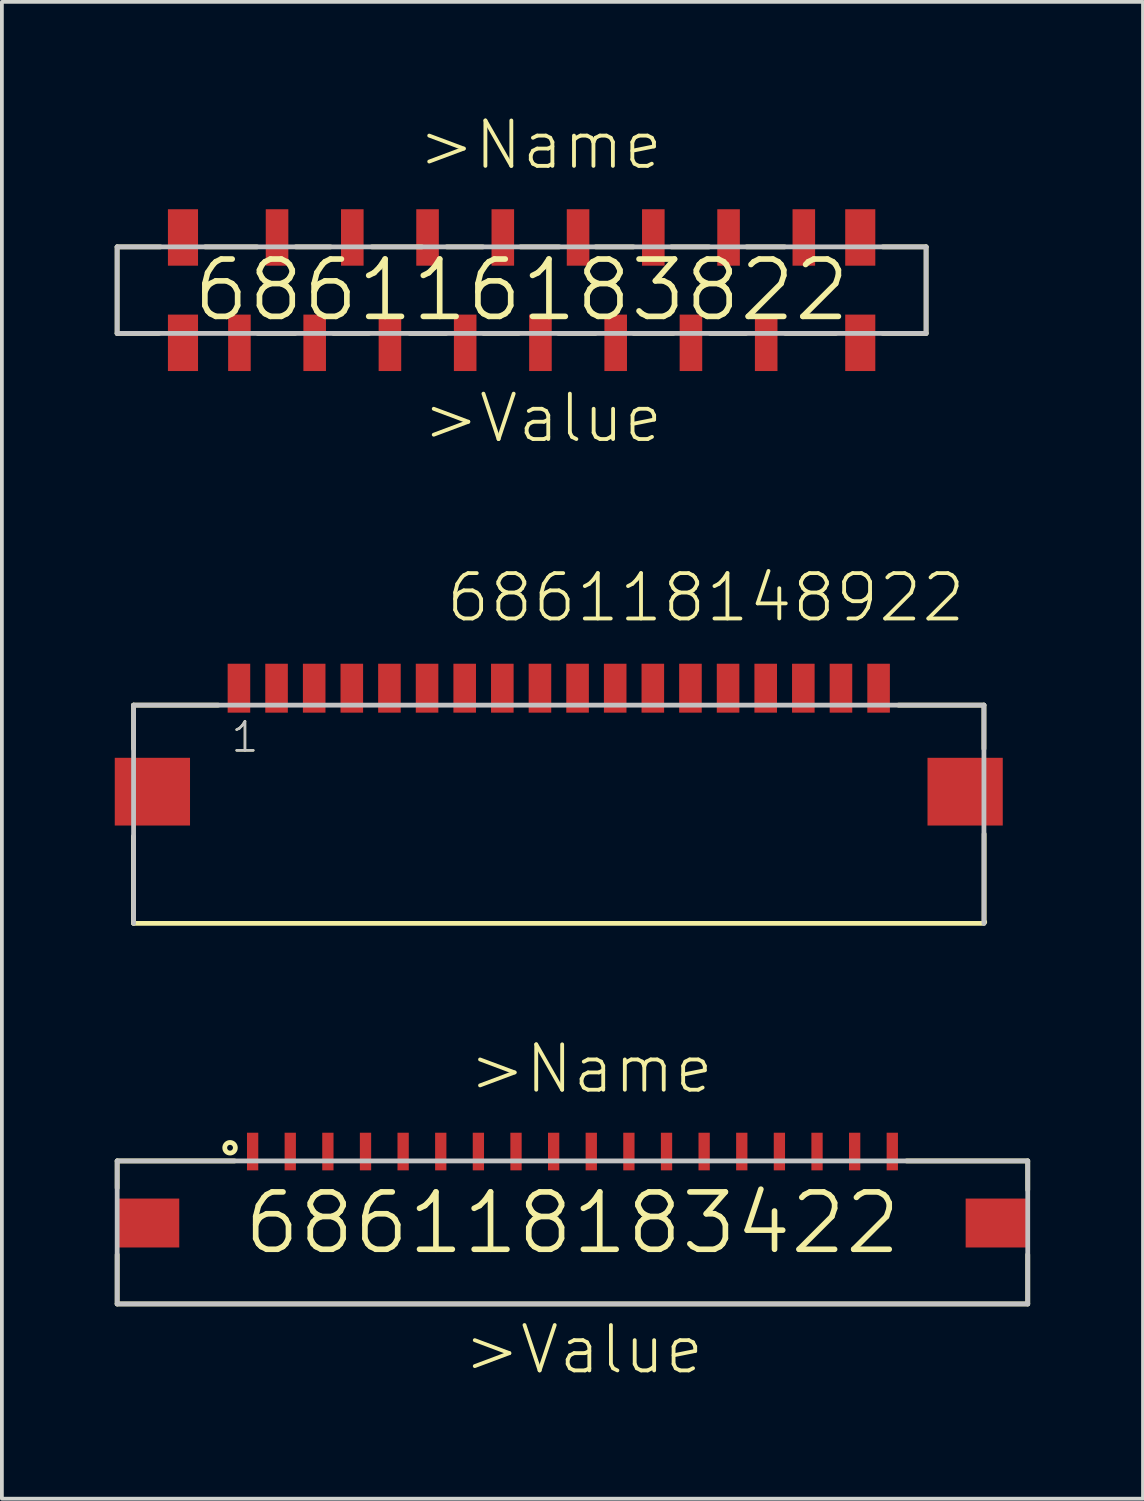
<source format=kicad_pcb>
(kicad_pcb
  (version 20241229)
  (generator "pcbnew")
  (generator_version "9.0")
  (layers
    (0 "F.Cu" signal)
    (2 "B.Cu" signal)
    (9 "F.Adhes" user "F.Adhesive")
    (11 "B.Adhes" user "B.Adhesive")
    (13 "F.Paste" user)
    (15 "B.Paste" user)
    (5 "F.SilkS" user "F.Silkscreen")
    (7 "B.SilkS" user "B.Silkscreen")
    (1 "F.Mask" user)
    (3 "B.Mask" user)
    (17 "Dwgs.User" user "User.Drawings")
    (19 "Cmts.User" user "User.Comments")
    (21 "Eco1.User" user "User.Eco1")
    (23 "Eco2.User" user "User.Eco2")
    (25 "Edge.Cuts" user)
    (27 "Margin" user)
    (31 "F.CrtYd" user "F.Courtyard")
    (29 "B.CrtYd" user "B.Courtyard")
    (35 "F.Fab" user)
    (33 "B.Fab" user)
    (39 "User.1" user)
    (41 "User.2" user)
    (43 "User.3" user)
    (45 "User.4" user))
  (footprint "686116183822"
    (layer "F.Cu")
    (at 10.813 4.661)
    (property "Reference" "686116183822" (at 0 0 0) (layer "F.SilkS") (effects (font (size 1.524 1.524) (thickness 0.15))))
    (attr through_hole)
    (fp_line (start -10.75 -1.15) (end -10.75 1.15) (stroke (width 0.127) (type solid)) (layer "F.SilkS"))
    (fp_line (start -10.75 1.15) (end -9.64 1.15) (stroke (width 0.127) (type solid)) (layer "F.SilkS"))
    (fp_line (start -9.6 -1.15) (end -10.75 -1.15) (stroke (width 0.127) (type solid)) (layer "F.SilkS"))
    (fp_line (start -8.41 -1.15) (end -7.03 -1.15) (stroke (width 0.127) (type solid)) (layer "F.SilkS"))
    (fp_line (start -7.01 1.15) (end -6.02 1.15) (stroke (width 0.127) (type solid)) (layer "F.SilkS"))
    (fp_line (start -6 -1.15) (end -5.08 -1.15) (stroke (width 0.127) (type solid)) (layer "F.SilkS"))
    (fp_line (start -5 1.15) (end -4.06 1.15) (stroke (width 0.127) (type solid)) (layer "F.SilkS"))
    (fp_line (start -3.98 -1.15) (end -2.65 -1.15) (stroke (width 0.127) (type solid)) (layer "F.SilkS"))
    (fp_line (start -2.97 1.15) (end -2.01 1.15) (stroke (width 0.127) (type solid)) (layer "F.SilkS"))
    (fp_line (start -1.99 -1.15) (end -1.03 -1.15) (stroke (width 0.127) (type solid)) (layer "F.SilkS"))
    (fp_line (start -1.01 1.15) (end -0.08 1.15) (stroke (width 0.127) (type solid)) (layer "F.SilkS"))
    (fp_line (start -0.03 -1.15) (end 1 -1.15) (stroke (width 0.127) (type solid)) (layer "F.SilkS"))
    (fp_line (start 0.98 1.15) (end 1.96 1.15) (stroke (width 0.127) (type solid)) (layer "F.SilkS"))
    (fp_line (start 1.97 -1.15) (end 2.97 -1.15) (stroke (width 0.127) (type solid)) (layer "F.SilkS"))
    (fp_line (start 2.98 1.15) (end 4.03 1.15) (stroke (width 0.127) (type solid)) (layer "F.SilkS"))
    (fp_line (start 3.98 -1.15) (end 4.98 -1.15) (stroke (width 0.127) (type solid)) (layer "F.SilkS"))
    (fp_line (start 5.01 1.15) (end 5.96 1.15) (stroke (width 0.127) (type solid)) (layer "F.SilkS"))
    (fp_line (start 5.98 -1.15) (end 6.99 -1.15) (stroke (width 0.127) (type solid)) (layer "F.SilkS"))
    (fp_line (start 7.01 1.15) (end 8.35 1.15) (stroke (width 0.127) (type solid)) (layer "F.SilkS"))
    (fp_line (start 9.6 -1.15) (end 10.75 -1.15) (stroke (width 0.127) (type solid)) (layer "F.SilkS"))
    (fp_line (start 9.6 1.15) (end 10.75 1.15) (stroke (width 0.127) (type solid)) (layer "F.SilkS"))
    (fp_line (start 10.75 -1.15) (end 10.75 1.15) (stroke (width 0.127) (type solid)) (layer "F.SilkS"))
    (fp_line (start -10.75 -1.15) (end 10.75 -1.15) (stroke (width 0.127) (type solid)) (layer "Dwgs.User"))
    (fp_line (start -10.75 1.15) (end -10.75 -1.15) (stroke (width 0.127) (type solid)) (layer "Dwgs.User"))
    (fp_line (start 10.75 -1.15) (end 10.75 1.15) (stroke (width 0.127) (type solid)) (layer "Dwgs.User"))
    (fp_line (start 10.75 1.15) (end -10.75 1.15) (stroke (width 0.127) (type solid)) (layer "Dwgs.User"))
    (fp_text user ">Value" (at -2.69 4.11 0) (layer "F.SilkS") (effects (font (size 1.206 1.206) (thickness 0.102)) (justify left bottom)))
    (fp_text user ">Name" (at -2.81 -3.15 0) (layer "F.SilkS") (effects (font (size 1.206 1.206) (thickness 0.102)) (justify left bottom)))
    (pad "1" smd rect (at -7.5 1.4 90) (size 1.5 0.6) (layers "F.Cu" "F.Mask" "F.Paste"))
    (pad "2" smd rect (at -6.5 -1.4 90) (size 1.5 0.6) (layers "F.Cu" "F.Mask" "F.Paste"))
    (pad "3" smd rect (at -5.5 1.4 90) (size 1.5 0.6) (layers "F.Cu" "F.Mask" "F.Paste"))
    (pad "4" smd rect (at -4.5 -1.4 90) (size 1.5 0.6) (layers "F.Cu" "F.Mask" "F.Paste"))
    (pad "5" smd rect (at -3.5 1.4 90) (size 1.5 0.6) (layers "F.Cu" "F.Mask" "F.Paste"))
    (pad "6" smd rect (at -2.5 -1.4 90) (size 1.5 0.6) (layers "F.Cu" "F.Mask" "F.Paste"))
    (pad "7" smd rect (at -1.5 1.4 90) (size 1.5 0.6) (layers "F.Cu" "F.Mask" "F.Paste"))
    (pad "8" smd rect (at -0.5 -1.4 90) (size 1.5 0.6) (layers "F.Cu" "F.Mask" "F.Paste"))
    (pad "9" smd rect (at 0.5 1.4 90) (size 1.5 0.6) (layers "F.Cu" "F.Mask" "F.Paste"))
    (pad "10" smd rect (at 1.5 -1.4 90) (size 1.5 0.6) (layers "F.Cu" "F.Mask" "F.Paste"))
    (pad "11" smd rect (at 2.5 1.4 90) (size 1.5 0.6) (layers "F.Cu" "F.Mask" "F.Paste"))
    (pad "12" smd rect (at 3.5 -1.4 90) (size 1.5 0.6) (layers "F.Cu" "F.Mask" "F.Paste"))
    (pad "13" smd rect (at 4.5 1.4 90) (size 1.5 0.6) (layers "F.Cu" "F.Mask" "F.Paste"))
    (pad "14" smd rect (at 5.5 -1.4 90) (size 1.5 0.6) (layers "F.Cu" "F.Mask" "F.Paste"))
    (pad "15" smd rect (at 6.5 1.4 90) (size 1.5 0.6) (layers "F.Cu" "F.Mask" "F.Paste"))
    (pad "16" smd rect (at 7.5 -1.4 90) (size 1.5 0.6) (layers "F.Cu" "F.Mask" "F.Paste"))
    (pad "Z1" smd rect (at -9 1.4 90) (size 1.5 0.8) (layers "F.Cu" "F.Mask" "F.Paste"))
    (pad "Z2" smd rect (at 9 1.4 90) (size 1.5 0.8) (layers "F.Cu" "F.Mask" "F.Paste"))
    (pad "Z3" smd rect (at 9 -1.4 90) (size 1.5 0.8) (layers "F.Cu" "F.Mask" "F.Paste"))
    (pad "Z4" smd rect (at -9 -1.4 90) (size 1.5 0.8) (layers "F.Cu" "F.Mask" "F.Paste")))
  (footprint "686118148922"
    (layer "F.Cu")
    (at 11.8 17.99)
    (property "Reference" "686118148922" (at -3.05 -4.45 0) (layer "F.SilkS") (effects (font (size 1.206 1.206) (thickness 0.102)) (justify left bottom)))
    (attr through_hole)
    (fp_line (start -11.305 1.187) (end -11.305 3.496) (stroke (width 0.127) (type solid)) (layer "F.SilkS"))
    (fp_line (start -11.3 -2.3) (end -11.3 -1.14) (stroke (width 0.127) (type solid)) (layer "F.SilkS"))
    (fp_line (start -9.05 -2.3) (end -11.3 -2.3) (stroke (width 0.127) (type solid)) (layer "F.SilkS"))
    (fp_line (start 9.03 -2.3) (end 11.3 -2.3) (stroke (width 0.127) (type solid)) (layer "F.SilkS"))
    (fp_line (start 11.3 -2.3) (end 11.3 -1.14) (stroke (width 0.127) (type solid)) (layer "F.SilkS"))
    (fp_line (start 11.3 3.5) (end -11.3 3.5) (stroke (width 0.127) (type solid)) (layer "F.SilkS"))
    (fp_line (start 11.305 1.124) (end 11.305 3.465) (stroke (width 0.127) (type solid)) (layer "F.SilkS"))
    (fp_line (start 11.305 3.465) (end 11.321 3.465) (stroke (width 0.127) (type solid)) (layer "F.SilkS"))
    (fp_line (start -11.3 -2.3) (end 11.3 -2.3) (stroke (width 0.127) (type solid)) (layer "Dwgs.User"))
    (fp_line (start -11.3 3.5) (end -11.3 -2.3) (stroke (width 0.127) (type solid)) (layer "Dwgs.User"))
    (fp_line (start 11.3 -2.3) (end 11.3 3.5) (stroke (width 0.127) (type solid)) (layer "Dwgs.User"))
    (fp_text user "1" (at -8.75 -1 0) (layer "F.SilkS") (effects (font (size 0.772 0.772) (thickness 0.065)) (justify left bottom)))
    (fp_text user "1" (at -8.75 -1 0) (layer "Dwgs.User") (effects (font (size 0.772 0.772) (thickness 0.065)) (justify left bottom)))
    (pad "1" smd rect (at -8.5 -2.75) (size 0.6 1.3) (layers "F.Cu" "F.Mask" "F.Paste"))
    (pad "2" smd rect (at -7.5 -2.75) (size 0.6 1.3) (layers "F.Cu" "F.Mask" "F.Paste"))
    (pad "3" smd rect (at -6.5 -2.75) (size 0.6 1.3) (layers "F.Cu" "F.Mask" "F.Paste"))
    (pad "4" smd rect (at -5.5 -2.75) (size 0.6 1.3) (layers "F.Cu" "F.Mask" "F.Paste"))
    (pad "5" smd rect (at -4.5 -2.75) (size 0.6 1.3) (layers "F.Cu" "F.Mask" "F.Paste"))
    (pad "6" smd rect (at -3.5 -2.75) (size 0.6 1.3) (layers "F.Cu" "F.Mask" "F.Paste"))
    (pad "7" smd rect (at -2.5 -2.75) (size 0.6 1.3) (layers "F.Cu" "F.Mask" "F.Paste"))
    (pad "8" smd rect (at -1.5 -2.75) (size 0.6 1.3) (layers "F.Cu" "F.Mask" "F.Paste"))
    (pad "9" smd rect (at -0.5 -2.75) (size 0.6 1.3) (layers "F.Cu" "F.Mask" "F.Paste"))
    (pad "10" smd rect (at 0.5 -2.75) (size 0.6 1.3) (layers "F.Cu" "F.Mask" "F.Paste"))
    (pad "11" smd rect (at 1.5 -2.75) (size 0.6 1.3) (layers "F.Cu" "F.Mask" "F.Paste"))
    (pad "12" smd rect (at 2.5 -2.75) (size 0.6 1.3) (layers "F.Cu" "F.Mask" "F.Paste"))
    (pad "13" smd rect (at 3.5 -2.75) (size 0.6 1.3) (layers "F.Cu" "F.Mask" "F.Paste"))
    (pad "14" smd rect (at 4.5 -2.75) (size 0.6 1.3) (layers "F.Cu" "F.Mask" "F.Paste"))
    (pad "15" smd rect (at 5.5 -2.75) (size 0.6 1.3) (layers "F.Cu" "F.Mask" "F.Paste"))
    (pad "16" smd rect (at 6.5 -2.75) (size 0.6 1.3) (layers "F.Cu" "F.Mask" "F.Paste"))
    (pad "17" smd rect (at 7.5 -2.75) (size 0.6 1.3) (layers "F.Cu" "F.Mask" "F.Paste"))
    (pad "18" smd rect (at 8.5 -2.75) (size 0.6 1.3) (layers "F.Cu" "F.Mask" "F.Paste"))
    (pad "Z1" smd rect (at -10.8 0) (size 2 1.8) (layers "F.Cu" "F.Mask" "F.Paste"))
    (pad "Z2" smd rect (at 10.8 0) (size 2 1.8) (layers "F.Cu" "F.Mask" "F.Paste")))
  (footprint "686118183422"
    (layer "F.Cu")
    (at 12.164 29.454)
    (property "Reference" "686118183422" (at 0 0 0) (layer "F.SilkS") (effects (font (size 1.524 1.524) (thickness 0.15))))
    (attr through_hole)
    (fp_line (start -12.1 -1.65) (end -12.1 -0.93) (stroke (width 0.127) (type solid)) (layer "F.SilkS"))
    (fp_line (start -12.1 0.84) (end -12.1 2.15) (stroke (width 0.127) (type solid)) (layer "F.SilkS"))
    (fp_line (start -12.1 2.15) (end 12.1 2.15) (stroke (width 0.127) (type solid)) (layer "F.SilkS"))
    (fp_line (start -8.98 -1.65) (end -12.1 -1.65) (stroke (width 0.127) (type solid)) (layer "F.SilkS"))
    (fp_line (start 8.88 -1.65) (end 12.1 -1.65) (stroke (width 0.127) (type solid)) (layer "F.SilkS"))
    (fp_line (start 12.1 -1.65) (end 12.1 -0.88) (stroke (width 0.127) (type solid)) (layer "F.SilkS"))
    (fp_line (start 12.1 2.15) (end 12.1 0.84) (stroke (width 0.127) (type solid)) (layer "F.SilkS"))
    (fp_circle (center -9.1 -2) (end -8.959 -2) (stroke (width 0.127) (type solid)) (fill no) (layer "F.SilkS"))
    (fp_line (start -12.1 -1.65) (end 12.1 -1.65) (stroke (width 0.127) (type solid)) (layer "Dwgs.User"))
    (fp_line (start -12.1 2.15) (end -12.1 -1.65) (stroke (width 0.127) (type solid)) (layer "Dwgs.User"))
    (fp_line (start 12.1 -1.65) (end 12.1 2.15) (stroke (width 0.127) (type solid)) (layer "Dwgs.User"))
    (fp_line (start 12.1 2.15) (end -12.1 2.15) (stroke (width 0.127) (type solid)) (layer "Dwgs.User"))
    (fp_text user ">Name" (at -2.81 -3.39 0) (layer "F.SilkS") (effects (font (size 1.206 1.206) (thickness 0.102)) (justify left bottom)))
    (fp_text user ">Value" (at -2.95 4.07 0) (layer "F.SilkS") (effects (font (size 1.206 1.206) (thickness 0.102)) (justify left bottom)))
    (pad "1" smd rect (at -8.5 -1.9 90) (size 1 0.3) (layers "F.Cu" "F.Mask" "F.Paste"))
    (pad "2" smd rect (at -7.5 -1.9 90) (size 1 0.3) (layers "F.Cu" "F.Mask" "F.Paste"))
    (pad "3" smd rect (at -6.5 -1.9 90) (size 1 0.3) (layers "F.Cu" "F.Mask" "F.Paste"))
    (pad "4" smd rect (at -5.5 -1.9 90) (size 1 0.3) (layers "F.Cu" "F.Mask" "F.Paste"))
    (pad "5" smd rect (at -4.5 -1.9 90) (size 1 0.3) (layers "F.Cu" "F.Mask" "F.Paste"))
    (pad "6" smd rect (at -3.5 -1.9 90) (size 1 0.3) (layers "F.Cu" "F.Mask" "F.Paste"))
    (pad "7" smd rect (at -2.5 -1.9 90) (size 1 0.3) (layers "F.Cu" "F.Mask" "F.Paste"))
    (pad "8" smd rect (at -1.5 -1.9 90) (size 1 0.3) (layers "F.Cu" "F.Mask" "F.Paste"))
    (pad "9" smd rect (at -0.5 -1.9 90) (size 1 0.3) (layers "F.Cu" "F.Mask" "F.Paste"))
    (pad "10" smd rect (at 0.5 -1.9 90) (size 1 0.3) (layers "F.Cu" "F.Mask" "F.Paste"))
    (pad "11" smd rect (at 1.5 -1.9 90) (size 1 0.3) (layers "F.Cu" "F.Mask" "F.Paste"))
    (pad "12" smd rect (at 2.5 -1.9 90) (size 1 0.3) (layers "F.Cu" "F.Mask" "F.Paste"))
    (pad "13" smd rect (at 3.5 -1.9 90) (size 1 0.3) (layers "F.Cu" "F.Mask" "F.Paste"))
    (pad "14" smd rect (at 4.5 -1.9 90) (size 1 0.3) (layers "F.Cu" "F.Mask" "F.Paste"))
    (pad "15" smd rect (at 5.5 -1.9 90) (size 1 0.3) (layers "F.Cu" "F.Mask" "F.Paste"))
    (pad "16" smd rect (at 6.5 -1.9 90) (size 1 0.3) (layers "F.Cu" "F.Mask" "F.Paste"))
    (pad "17" smd rect (at 7.5 -1.9 90) (size 1 0.3) (layers "F.Cu" "F.Mask" "F.Paste"))
    (pad "18" smd rect (at 8.5 -1.9 90) (size 1 0.3) (layers "F.Cu" "F.Mask" "F.Paste"))
    (pad "Z1" smd rect (at -11.275 0) (size 1.65 1.3) (layers "F.Cu" "F.Mask" "F.Paste"))
    (pad "Z2" smd rect (at 11.275 0) (size 1.65 1.3) (layers "F.Cu" "F.Mask" "F.Paste")))
  (gr_rect
    (start -3 -3)
    (end 27.327 36.781)
    (stroke (width 0.1) (type default))
    (fill no)
    (layer "Edge.Cuts")))
</source>
